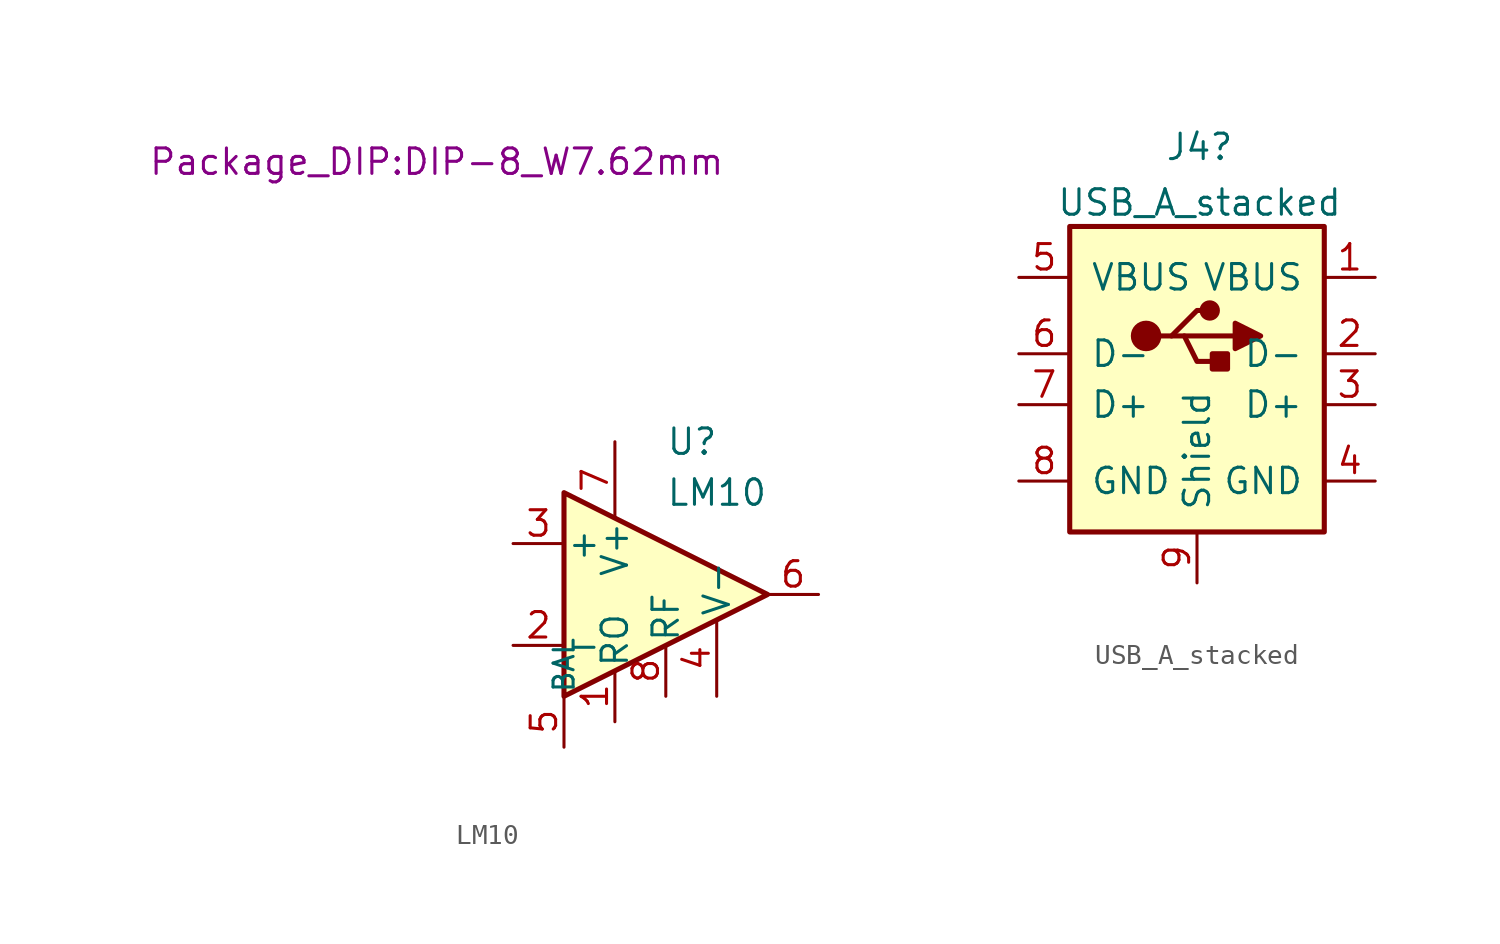
<source format=kicad_sym>
(kicad_symbol_lib
  (version 20210619)
  (generator kicad_symbol_editor)
  (symbol "New_Library:LM10"
    (pin_names
      (offset 0.127))
    (property "Reference" "U"
      (at 0 7.62 0)
      (effects (font (size 1.27 1.27)) (justify left)))
    (property "Value" "LM10"
      (at 0 5.08 0)
      (effects (font (size 1.27 1.27)) (justify left)))
    (property "Footprint" "Package_DIP:DIP-8_W7.62mm"
      (at -11.43 21.59 0)
      (effects (font (size 1.27 1.27))))
    (symbol "LM10_0_1"
      (polyline (pts (xy -5.08 5.08) (xy 5.08 0) (xy -5.08 -5.08) (xy -5.08 5.08)) (stroke (width 0.254)) (fill (type background))))
    (symbol "LM10_1_1"
      (pin output line (at -2.54 -6.35 90) (length 2.54) (name "RO" (effects (font (size 1.27 1.27)))) (number "1" (effects (font (size 1.27 1.27)))))
      (pin input line (at -7.62 -2.54 0) (length 2.54) (name "-" (effects (font (size 1.27 1.27)))) (number "2" (effects (font (size 1.27 1.27)))))
      (pin input line (at -7.62 2.54 0) (length 2.54) (name "+" (effects (font (size 1.27 1.27)))) (number "3" (effects (font (size 1.27 1.27)))))
      (pin power_in line (at 2.54 -5.08 90) (length 3.81) (name "V-" (effects (font (size 1.27 1.27)))) (number "4" (effects (font (size 1.27 1.27)))))
      (pin unspecified line (at -5.08 -7.62 90) (length 2.54) (name "BAL" (effects (font (size 1 1)))) (number "5" (effects (font (size 1.27 1.27)))))
      (pin output line (at 7.62 0 180) (length 2.54) (name "~" (effects (font (size 1.27 1.27)))) (number "6" (effects (font (size 1.27 1.27)))))
      (pin power_in line (at -2.54 7.62 270) (length 3.81) (name "V+" (effects (font (size 1.27 1.27)))) (number "7" (effects (font (size 1.27 1.27)))))
      (pin input line (at 0 -5.08 90) (length 2.54) (name "RF" (effects (font (size 1.27 1.27)))) (number "8" (effects (font (size 1.27 1.27)))))))
  (symbol "New_Library:USB_A_stacked"
    (pin_names
      (offset 1.016))
    (property "Reference" "J4"
      (at 1.397 11.587 0)
      (effects (font (size 1.27 1.27))))
    (property "Value" "USB_A_stacked"
      (at 1.397 8.812 0)
      (effects (font (size 1.27 1.27))))
    (symbol "USB_A_stacked_0_1"
      (circle (center -1.27 2.159) (radius 0.635) (stroke (width 0.254)) (fill (type outline)))
      (circle (center 1.905 3.429) (radius 0.381) (stroke (width 0.254)) (fill (type outline)))
      (rectangle (start 2.794 1.27) (end 2.032 0.508) (stroke (width 0.254)) (fill (type outline)))
      (rectangle (start -5.08 7.62) (end 7.62 -7.62) (stroke (width 0.254)) (fill (type background)))
      (polyline (pts (xy -0.635 2.159) (xy 0 2.159) (xy 1.27 3.429) (xy 1.905 3.429)) (stroke (width 0.254)) (fill (type none)))
      (polyline (pts (xy 0 2.159) (xy 0.635 2.159) (xy 1.27 0.889) (xy 2.54 0.889)) (stroke (width 0.254)) (fill (type none)))
      (polyline (pts (xy 3.175 2.794) (xy 3.175 1.524) (xy 4.445 2.159) (xy 3.175 2.794)) (stroke (width 0.254)) (fill (type outline))))
    (symbol "USB_A_stacked_1_1"
      (polyline (pts (xy 0.635 2.159) (xy 3.175 2.159)) (stroke (width 0.254)) (fill (type none)))
      (pin power_in line (at 10.16 5.08 180) (length 2.54) (name "VBUS" (effects (font (size 1.27 1.27)))) (number "1" (effects (font (size 1.27 1.27)))))
      (pin bidirectional line (at 10.16 1.27 180) (length 2.54) (name "D-" (effects (font (size 1.27 1.27)))) (number "2" (effects (font (size 1.27 1.27)))))
      (pin bidirectional line (at 10.16 -1.27 180) (length 2.54) (name "D+" (effects (font (size 1.27 1.27)))) (number "3" (effects (font (size 1.27 1.27)))))
      (pin power_in line (at -7.62 5.08 0) (length 2.54) (name "VBUS" (effects (font (size 1.27 1.27)))) (number "5" (effects (font (size 1.27 1.27)))))
      (pin bidirectional line (at -7.62 1.27 0) (length 2.54) (name "D-" (effects (font (size 1.27 1.27)))) (number "6" (effects (font (size 1.27 1.27)))))
      (pin bidirectional line (at -7.62 -1.27 0) (length 2.54) (name "D+" (effects (font (size 1.27 1.27)))) (number "7" (effects (font (size 1.27 1.27)))))
      (pin power_in line (at -7.62 -5.08 0) (length 2.54) (name "GND" (effects (font (size 1.27 1.27)))) (number "8" (effects (font (size 1.27 1.27)))))
      (pin power_in line (at 10.16 -5.08 180) (length 2.54) (name "GND" (effects (font (size 1.27 1.27)))) (number "4" (effects (font (size 1.27 1.27)))))
      (pin passive line (at 1.27 -10.16 90) (length 2.54) (name "Shield" (effects (font (size 1.27 1.27)))) (number "9" (effects (font (size 1.27 1.27))))))))
</source>
